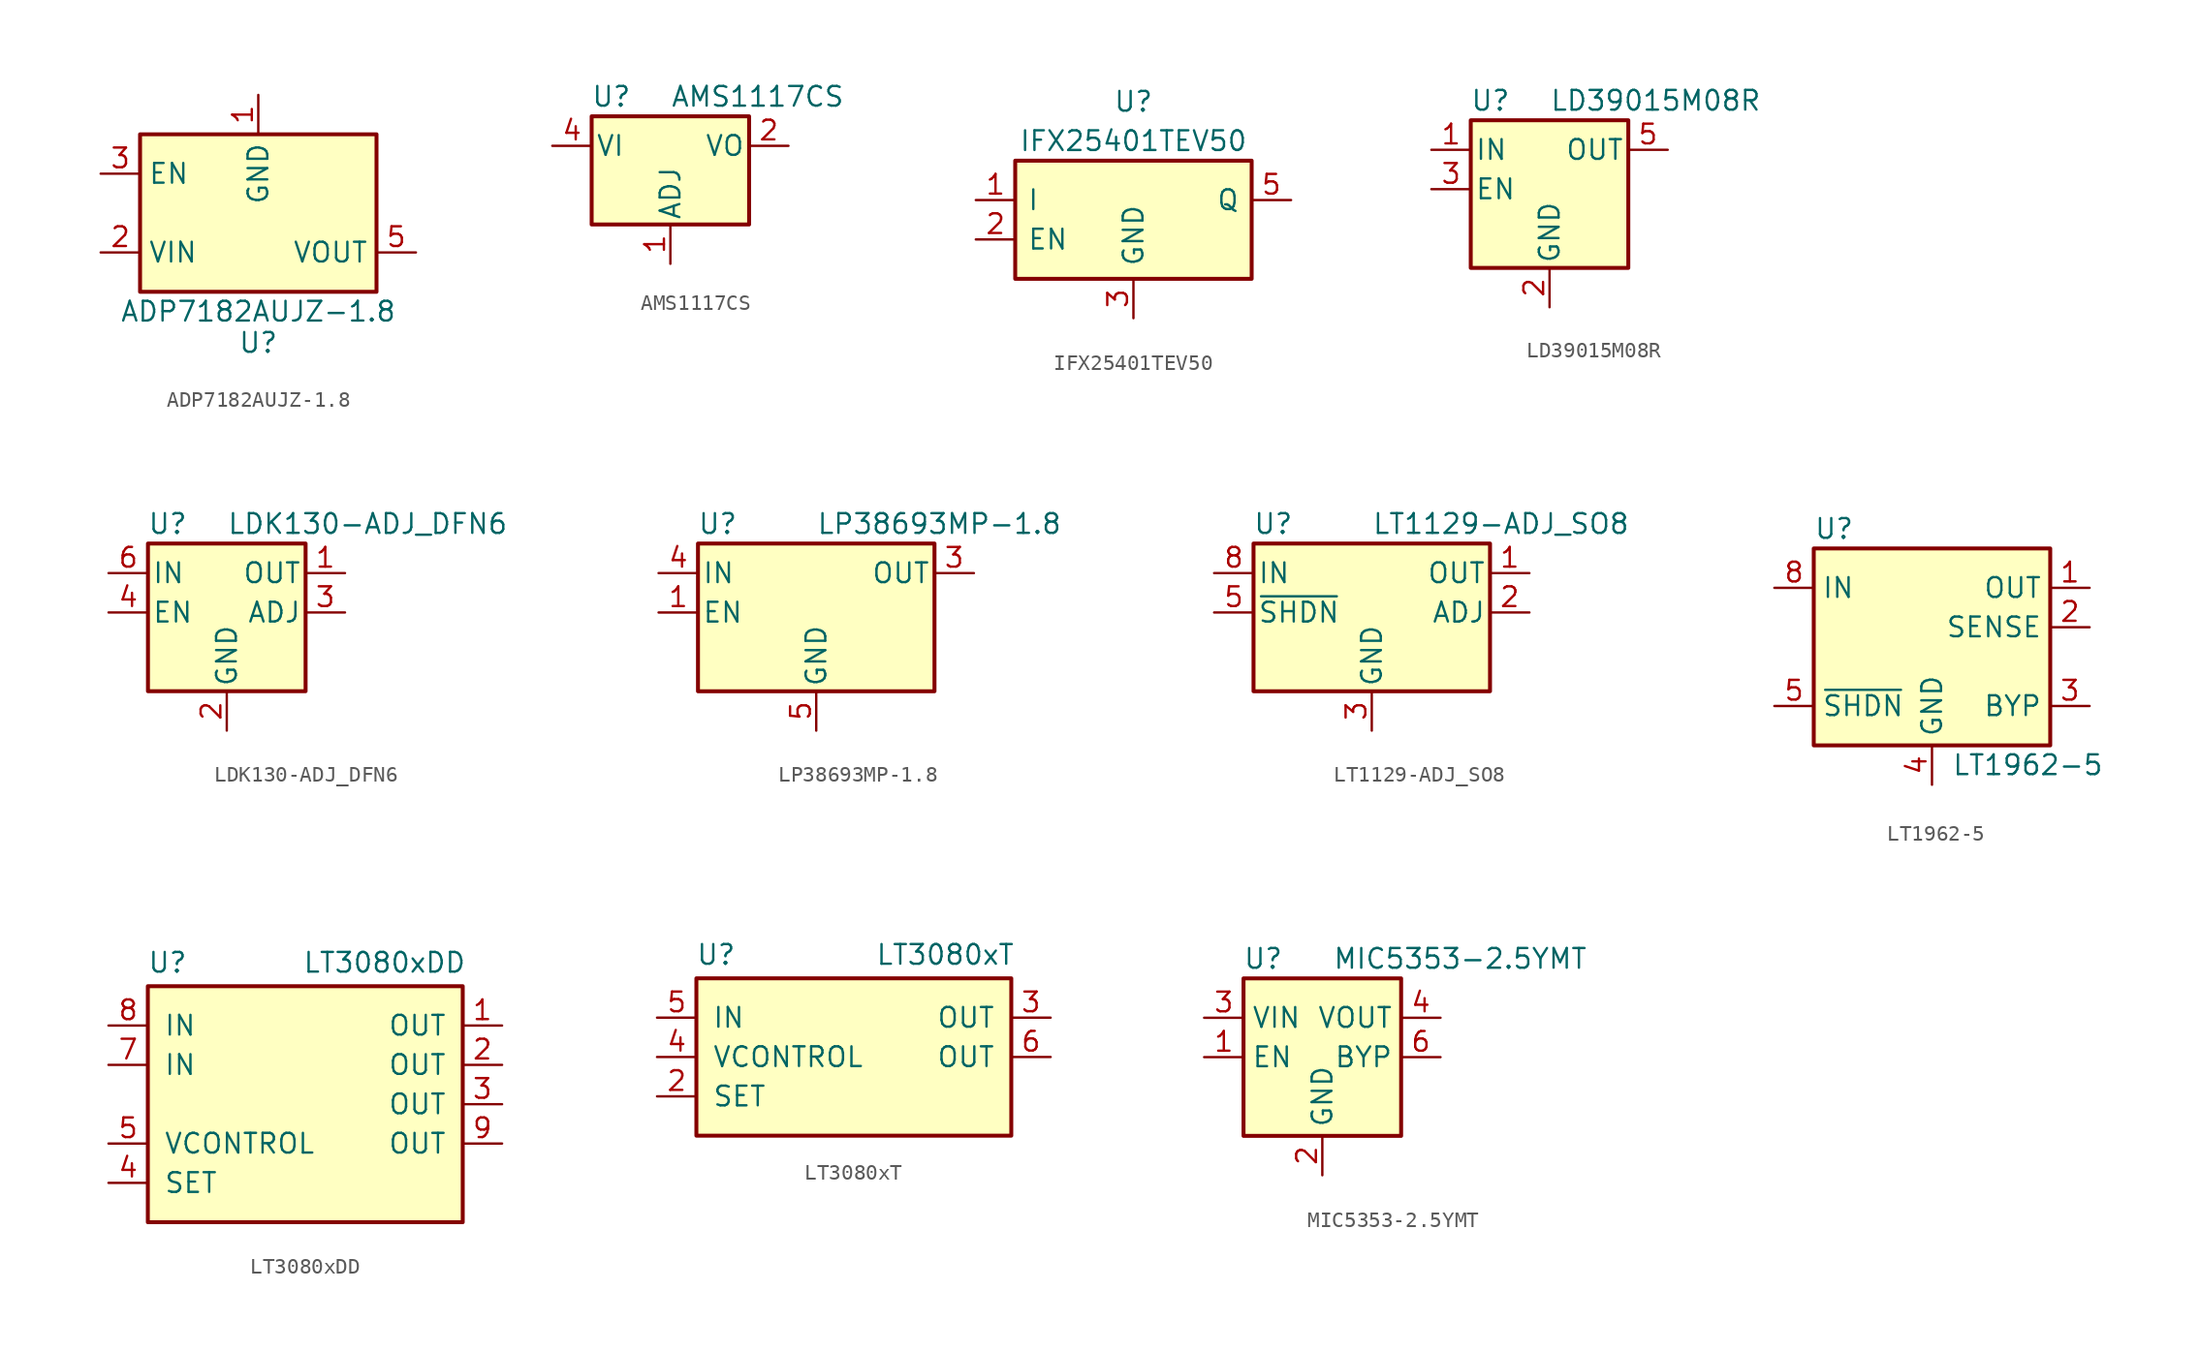
<source format=kicad_sym>
(kicad_symbol_lib
  (version 20200908)
  (generator kicad_symbol_editor)
  (symbol "Regulator_Linear:ADP7182AUJZ-1.8"
    (property "Reference" "U"
      (at 0 -7.62 0)
      (effects (font (size 1.27 1.27)) (justify top)))
    (property "Value" "ADP7182AUJZ-1.8"
      (at 0 -6.35 0)
      (effects (font (size 1.27 1.27))))
    (symbol "ADP7182AUJZ-1.8_0_1"
      (rectangle (start -7.62 5.08) (end 7.62 -5.08) (stroke (width 0.254)) (fill (type background))))
    (symbol "ADP7182AUJZ-1.8_1_1"
      (pin power_in line (at 0 7.62 270) (length 2.54) (name "GND" (effects (font (size 1.27 1.27)))) (number "1" (effects (font (size 1.27 1.27)))))
      (pin power_in line (at -10.16 -2.54 0) (length 2.54) (name "VIN" (effects (font (size 1.27 1.27)))) (number "2" (effects (font (size 1.27 1.27)))))
      (pin input line (at -10.16 2.54 0) (length 2.54) (name "EN" (effects (font (size 1.27 1.27)))) (number "3" (effects (font (size 1.27 1.27)))))
      (pin unconnected line (at 7.62 0 180) (length 2.54) hide (name "NC" (effects (font (size 1.27 1.27)))) (number "4" (effects (font (size 1.27 1.27)))))
      (pin power_out line (at 10.16 -2.54 180) (length 2.54) (name "VOUT" (effects (font (size 1.27 1.27)))) (number "5" (effects (font (size 1.27 1.27)))))))
  (symbol "Regulator_Linear:AMS1117CS"
    (pin_names
      (offset 0.254))
    (property "Reference" "U"
      (at -3.81 3.175 0)
      (effects (font (size 1.27 1.27))))
    (property "Value" "AMS1117CS"
      (at 0 3.175 0)
      (effects (font (size 1.27 1.27)) (justify left)))
    (symbol "AMS1117CS_0_1"
      (rectangle (start -5.08 -5.08) (end 5.08 1.905) (stroke (width 0.254)) (fill (type background))))
    (symbol "AMS1117CS_1_1"
      (pin input line (at 0 -7.62 90) (length 2.54) (name "ADJ" (effects (font (size 1.27 1.27)))) (number "1" (effects (font (size 1.27 1.27)))))
      (pin power_out line (at 7.62 0 180) (length 2.54) (name "VO" (effects (font (size 1.27 1.27)))) (number "2" (effects (font (size 1.27 1.27)))))
      (pin passive line (at 7.62 0 180) (length 2.54) hide (name "VO" (effects (font (size 1.27 1.27)))) (number "3" (effects (font (size 1.27 1.27)))))
      (pin power_in line (at -7.62 0 0) (length 2.54) (name "VI" (effects (font (size 1.27 1.27)))) (number "4" (effects (font (size 1.27 1.27)))))
      (pin unconnected line (at -2.54 -2.54 180) (length 2.54) hide (name "NC" (effects (font (size 1.27 1.27)))) (number "5" (effects (font (size 1.27 1.27)))))
      (pin passive line (at 7.62 0 180) (length 2.54) hide (name "VO" (effects (font (size 1.27 1.27)))) (number "6" (effects (font (size 1.27 1.27)))))
      (pin passive line (at 7.62 0 180) (length 2.54) hide (name "VO" (effects (font (size 1.27 1.27)))) (number "7" (effects (font (size 1.27 1.27)))))
      (pin unconnected line (at 2.54 -2.54 0) (length 2.54) hide (name "NC" (effects (font (size 1.27 1.27)))) (number "8" (effects (font (size 1.27 1.27)))))))
  (symbol "Regulator_Linear:IFX25401TEV50"
    (pin_names
      (offset 0.762))
    (property "Reference" "U"
      (at 0 6.35 0)
      (effects (font (size 1.27 1.27))))
    (property "Value" "IFX25401TEV50"
      (at 0 3.81 0)
      (effects (font (size 1.27 1.27))))
    (symbol "IFX25401TEV50_0_1"
      (rectangle (start -7.62 2.54) (end 7.62 -5.08) (stroke (width 0.254)) (fill (type background))))
    (symbol "IFX25401TEV50_1_1"
      (pin power_in line (at -10.16 0 0) (length 2.54) (name "I" (effects (font (size 1.27 1.27)))) (number "1" (effects (font (size 1.27 1.27)))))
      (pin input line (at -10.16 -2.54 0) (length 2.54) (name "EN" (effects (font (size 1.27 1.27)))) (number "2" (effects (font (size 1.27 1.27)))))
      (pin power_in line (at 0 -7.62 90) (length 2.54) (name "GND" (effects (font (size 1.27 1.27)))) (number "3" (effects (font (size 1.27 1.27)))))
      (pin unconnected line (at 10.16 -2.54 180) (length 2.54) hide (name "NC" (effects (font (size 1.27 1.27)))) (number "4" (effects (font (size 1.27 1.27)))))
      (pin power_out line (at 10.16 0 180) (length 2.54) (name "Q" (effects (font (size 1.27 1.27)))) (number "5" (effects (font (size 1.27 1.27)))))))
  (symbol "Regulator_Linear:LD39015M08R"
    (pin_names
      (offset 0.254))
    (property "Reference" "U"
      (at -3.81 5.715 0)
      (effects (font (size 1.27 1.27))))
    (property "Value" "LD39015M08R"
      (at 0 5.715 0)
      (effects (font (size 1.27 1.27)) (justify left)))
    (symbol "LD39015M08R_0_1"
      (rectangle (start -5.08 4.445) (end 5.08 -5.08) (stroke (width 0.254)) (fill (type background))))
    (symbol "LD39015M08R_1_1"
      (pin power_in line (at -7.62 2.54 0) (length 2.54) (name "IN" (effects (font (size 1.27 1.27)))) (number "1" (effects (font (size 1.27 1.27)))))
      (pin power_in line (at 0 -7.62 90) (length 2.54) (name "GND" (effects (font (size 1.27 1.27)))) (number "2" (effects (font (size 1.27 1.27)))))
      (pin input line (at -7.62 0 0) (length 2.54) (name "EN" (effects (font (size 1.27 1.27)))) (number "3" (effects (font (size 1.27 1.27)))))
      (pin unconnected line (at 5.08 0 180) (length 2.54) hide (name "NC" (effects (font (size 1.27 1.27)))) (number "4" (effects (font (size 1.27 1.27)))))
      (pin power_out line (at 7.62 2.54 180) (length 2.54) (name "OUT" (effects (font (size 1.27 1.27)))) (number "5" (effects (font (size 1.27 1.27)))))))
  (symbol "Regulator_Linear:LDK130-ADJ_DFN6"
    (pin_names
      (offset 0.254))
    (property "Reference" "U"
      (at -3.81 5.715 0)
      (effects (font (size 1.27 1.27))))
    (property "Value" "LDK130-ADJ_DFN6"
      (at 0 5.715 0)
      (effects (font (size 1.27 1.27)) (justify left)))
    (symbol "LDK130-ADJ_DFN6_0_1"
      (rectangle (start -5.08 4.445) (end 5.08 -5.08) (stroke (width 0.254)) (fill (type background))))
    (symbol "LDK130-ADJ_DFN6_1_1"
      (pin power_out line (at 7.62 2.54 180) (length 2.54) (name "OUT" (effects (font (size 1.27 1.27)))) (number "1" (effects (font (size 1.27 1.27)))))
      (pin power_in line (at 0 -7.62 90) (length 2.54) (name "GND" (effects (font (size 1.27 1.27)))) (number "2" (effects (font (size 1.27 1.27)))))
      (pin input line (at 7.62 0 180) (length 2.54) (name "ADJ" (effects (font (size 1.27 1.27)))) (number "3" (effects (font (size 1.27 1.27)))))
      (pin input line (at -7.62 0 0) (length 2.54) (name "EN" (effects (font (size 1.27 1.27)))) (number "4" (effects (font (size 1.27 1.27)))))
      (pin unconnected line (at -7.62 -2.54 0) (length 2.54) hide (name "NC" (effects (font (size 1.27 1.27)))) (number "5" (effects (font (size 1.27 1.27)))))
      (pin power_in line (at -7.62 2.54 0) (length 2.54) (name "IN" (effects (font (size 1.27 1.27)))) (number "6" (effects (font (size 1.27 1.27)))))))
  (symbol "Regulator_Linear:LP38693MP-1.8"
    (pin_names
      (offset 0.254))
    (property "Reference" "U"
      (at -6.35 5.715 0)
      (effects (font (size 1.27 1.27))))
    (property "Value" "LP38693MP-1.8"
      (at 0 5.715 0)
      (effects (font (size 1.27 1.27)) (justify left)))
    (symbol "LP38693MP-1.8_0_1"
      (rectangle (start -7.62 -5.08) (end 7.62 4.445) (stroke (width 0.254)) (fill (type background))))
    (symbol "LP38693MP-1.8_1_1"
      (pin input line (at -10.16 0 0) (length 2.54) (name "EN" (effects (font (size 1.27 1.27)))) (number "1" (effects (font (size 1.27 1.27)))))
      (pin unconnected line (at 7.62 0 180) (length 2.54) hide (name "NC" (effects (font (size 1.27 1.27)))) (number "2" (effects (font (size 1.27 1.27)))))
      (pin power_out line (at 10.16 2.54 180) (length 2.54) (name "OUT" (effects (font (size 1.27 1.27)))) (number "3" (effects (font (size 1.27 1.27)))))
      (pin power_in line (at -10.16 2.54 0) (length 2.54) (name "IN" (effects (font (size 1.27 1.27)))) (number "4" (effects (font (size 1.27 1.27)))))
      (pin power_in line (at 0 -7.62 90) (length 2.54) (name "GND" (effects (font (size 1.27 1.27)))) (number "5" (effects (font (size 1.27 1.27)))))))
  (symbol "Regulator_Linear:LT1129-ADJ_SO8"
    (pin_names
      (offset 0.254))
    (property "Reference" "U"
      (at -6.35 5.715 0)
      (effects (font (size 1.27 1.27))))
    (property "Value" "LT1129-ADJ_SO8"
      (at 0 5.715 0)
      (effects (font (size 1.27 1.27)) (justify left)))
    (symbol "LT1129-ADJ_SO8_0_1"
      (rectangle (start -7.62 -5.08) (end 7.62 4.445) (stroke (width 0.254)) (fill (type background))))
    (symbol "LT1129-ADJ_SO8_1_1"
      (pin power_out line (at 10.16 2.54 180) (length 2.54) (name "OUT" (effects (font (size 1.27 1.27)))) (number "1" (effects (font (size 1.27 1.27)))))
      (pin input line (at 10.16 0 180) (length 2.54) (name "ADJ" (effects (font (size 1.27 1.27)))) (number "2" (effects (font (size 1.27 1.27)))))
      (pin power_in line (at 0 -7.62 90) (length 2.54) (name "GND" (effects (font (size 1.27 1.27)))) (number "3" (effects (font (size 1.27 1.27)))))
      (pin unconnected line (at 10.16 -2.54 180) (length 2.54) hide (name "NC" (effects (font (size 1.27 1.27)))) (number "4" (effects (font (size 1.27 1.27)))))
      (pin input line (at -10.16 0 0) (length 2.54) (name "~SHDN" (effects (font (size 1.27 1.27)))) (number "5" (effects (font (size 1.27 1.27)))))
      (pin passive line (at 0 -7.62 90) (length 2.54) hide (name "GND" (effects (font (size 1.27 1.27)))) (number "6" (effects (font (size 1.27 1.27)))))
      (pin passive line (at 0 -7.62 90) (length 2.54) hide (name "GND" (effects (font (size 1.27 1.27)))) (number "7" (effects (font (size 1.27 1.27)))))
      (pin power_in line (at -10.16 2.54 0) (length 2.54) (name "IN" (effects (font (size 1.27 1.27)))) (number "8" (effects (font (size 1.27 1.27)))))))
  (symbol "Regulator_Linear:LT1962-5"
    (property "Reference" "U"
      (at -7.62 8.89 0)
      (effects (font (size 1.27 1.27)) (justify left)))
    (property "Value" "LT1962-5"
      (at 1.27 -6.35 0)
      (effects (font (size 1.27 1.27)) (justify left)))
    (symbol "LT1962-5_0_1"
      (rectangle (start -7.62 7.62) (end 7.62 -5.08) (stroke (width 0.254)) (fill (type background))))
    (symbol "LT1962-5_1_1"
      (pin power_out line (at 10.16 5.08 180) (length 2.54) (name "OUT" (effects (font (size 1.27 1.27)))) (number "1" (effects (font (size 1.27 1.27)))))
      (pin input line (at 10.16 2.54 180) (length 2.54) (name "SENSE" (effects (font (size 1.27 1.27)))) (number "2" (effects (font (size 1.27 1.27)))))
      (pin passive line (at 10.16 -2.54 180) (length 2.54) (name "BYP" (effects (font (size 1.27 1.27)))) (number "3" (effects (font (size 1.27 1.27)))))
      (pin power_in line (at 0 -7.62 90) (length 2.54) (name "GND" (effects (font (size 1.27 1.27)))) (number "4" (effects (font (size 1.27 1.27)))))
      (pin input line (at -10.16 -2.54 0) (length 2.54) (name "~SHDN" (effects (font (size 1.27 1.27)))) (number "5" (effects (font (size 1.27 1.27)))))
      (pin unconnected line (at 2.54 5.08 90) (length 2.54) hide (name "NC" (effects (font (size 1.27 1.27)))) (number "6" (effects (font (size 1.27 1.27)))))
      (pin unconnected line (at 2.54 2.54 90) (length 2.54) hide (name "NC" (effects (font (size 1.27 1.27)))) (number "7" (effects (font (size 1.27 1.27)))))
      (pin power_in line (at -10.16 5.08 0) (length 2.54) (name "IN" (effects (font (size 1.27 1.27)))) (number "8" (effects (font (size 1.27 1.27)))))))
  (symbol "Regulator_Linear:LT3080xDD"
    (pin_names
      (offset 1.016))
    (property "Reference" "U"
      (at -8.89 9.144 0)
      (effects (font (size 1.27 1.27))))
    (property "Value" "LT3080xDD"
      (at 10.414 9.144 0)
      (effects (font (size 1.27 1.27)) (justify right)))
    (symbol "LT3080xDD_0_1"
      (rectangle (start -10.16 7.62) (end 10.16 -7.62) (stroke (width 0.254)) (fill (type background))))
    (symbol "LT3080xDD_1_1"
      (pin power_out line (at 12.7 5.08 180) (length 2.54) (name "OUT" (effects (font (size 1.27 1.27)))) (number "1" (effects (font (size 1.27 1.27)))))
      (pin power_out line (at 12.7 2.54 180) (length 2.54) (name "OUT" (effects (font (size 1.27 1.27)))) (number "2" (effects (font (size 1.27 1.27)))))
      (pin power_out line (at 12.7 0 180) (length 2.54) (name "OUT" (effects (font (size 1.27 1.27)))) (number "3" (effects (font (size 1.27 1.27)))))
      (pin input line (at -12.7 -5.08 0) (length 2.54) (name "SET" (effects (font (size 1.27 1.27)))) (number "4" (effects (font (size 1.27 1.27)))))
      (pin input line (at -12.7 -2.54 0) (length 2.54) (name "VCONTROL" (effects (font (size 1.27 1.27)))) (number "5" (effects (font (size 1.27 1.27)))))
      (pin unconnected line (at -10.16 0 0) (length 2.54) hide (name "NC" (effects (font (size 1.27 1.27)))) (number "6" (effects (font (size 1.27 1.27)))))
      (pin power_in line (at -12.7 2.54 0) (length 2.54) (name "IN" (effects (font (size 1.27 1.27)))) (number "7" (effects (font (size 1.27 1.27)))))
      (pin power_in line (at -12.7 5.08 0) (length 2.54) (name "IN" (effects (font (size 1.27 1.27)))) (number "8" (effects (font (size 1.27 1.27)))))
      (pin power_out line (at 12.7 -2.54 180) (length 2.54) (name "OUT" (effects (font (size 1.27 1.27)))) (number "9" (effects (font (size 1.27 1.27)))))))
  (symbol "Regulator_Linear:LT3080xT"
    (pin_names
      (offset 1.016))
    (property "Reference" "U"
      (at -8.89 6.604 0)
      (effects (font (size 1.27 1.27))))
    (property "Value" "LT3080xT"
      (at 10.414 6.604 0)
      (effects (font (size 1.27 1.27)) (justify right)))
    (symbol "LT3080xT_0_1"
      (rectangle (start -10.16 5.08) (end 10.16 -5.08) (stroke (width 0.254)) (fill (type background))))
    (symbol "LT3080xT_1_1"
      (pin unconnected line (at 10.16 -2.54 180) (length 2.54) hide (name "NC" (effects (font (size 1.27 1.27)))) (number "1" (effects (font (size 1.27 1.27)))))
      (pin input line (at -12.7 -2.54 0) (length 2.54) (name "SET" (effects (font (size 1.27 1.27)))) (number "2" (effects (font (size 1.27 1.27)))))
      (pin power_out line (at 12.7 2.54 180) (length 2.54) (name "OUT" (effects (font (size 1.27 1.27)))) (number "3" (effects (font (size 1.27 1.27)))))
      (pin input line (at -12.7 0 0) (length 2.54) (name "VCONTROL" (effects (font (size 1.27 1.27)))) (number "4" (effects (font (size 1.27 1.27)))))
      (pin power_in line (at -12.7 2.54 0) (length 2.54) (name "IN" (effects (font (size 1.27 1.27)))) (number "5" (effects (font (size 1.27 1.27)))))
      (pin power_out line (at 12.7 0 180) (length 2.54) (name "OUT" (effects (font (size 1.27 1.27)))) (number "6" (effects (font (size 1.27 1.27)))))))
  (symbol "Regulator_Linear:MIC5353-2.5YMT"
    (property "Reference" "U"
      (at -3.81 6.35 0)
      (effects (font (size 1.27 1.27))))
    (property "Value" "MIC5353-2.5YMT"
      (at 8.89 6.35 0)
      (effects (font (size 1.27 1.27))))
    (symbol "MIC5353-2.5YMT_0_1"
      (rectangle (start -5.08 -5.08) (end 5.08 5.08) (stroke (width 0.254)) (fill (type background)))
      (pin input line (at -7.62 0 0) (length 2.54) (name "EN" (effects (font (size 1.27 1.27)))) (number "1" (effects (font (size 1.27 1.27)))))
      (pin power_in line (at 0 -7.62 90) (length 2.54) (name "GND" (effects (font (size 1.27 1.27)))) (number "2" (effects (font (size 1.27 1.27)))))
      (pin power_in line (at -7.62 2.54 0) (length 2.54) (name "VIN" (effects (font (size 1.27 1.27)))) (number "3" (effects (font (size 1.27 1.27)))))
      (pin power_out line (at 7.62 2.54 180) (length 2.54) (name "VOUT" (effects (font (size 1.27 1.27)))) (number "4" (effects (font (size 1.27 1.27)))))
      (pin unconnected line (at 5.08 -2.54 180) (length 2.54) hide (name "NC" (effects (font (size 1.27 1.27)))) (number "5" (effects (font (size 1.27 1.27)))))
      (pin passive line (at 7.62 0 180) (length 2.54) (name "BYP" (effects (font (size 1.27 1.27)))) (number "6" (effects (font (size 1.27 1.27)))))
      (pin passive line (at 0 -7.62 90) (length 2.54) hide (name "GND" (effects (font (size 1.27 1.27)))) (number "7" (effects (font (size 1.27 1.27))))))))
</source>
